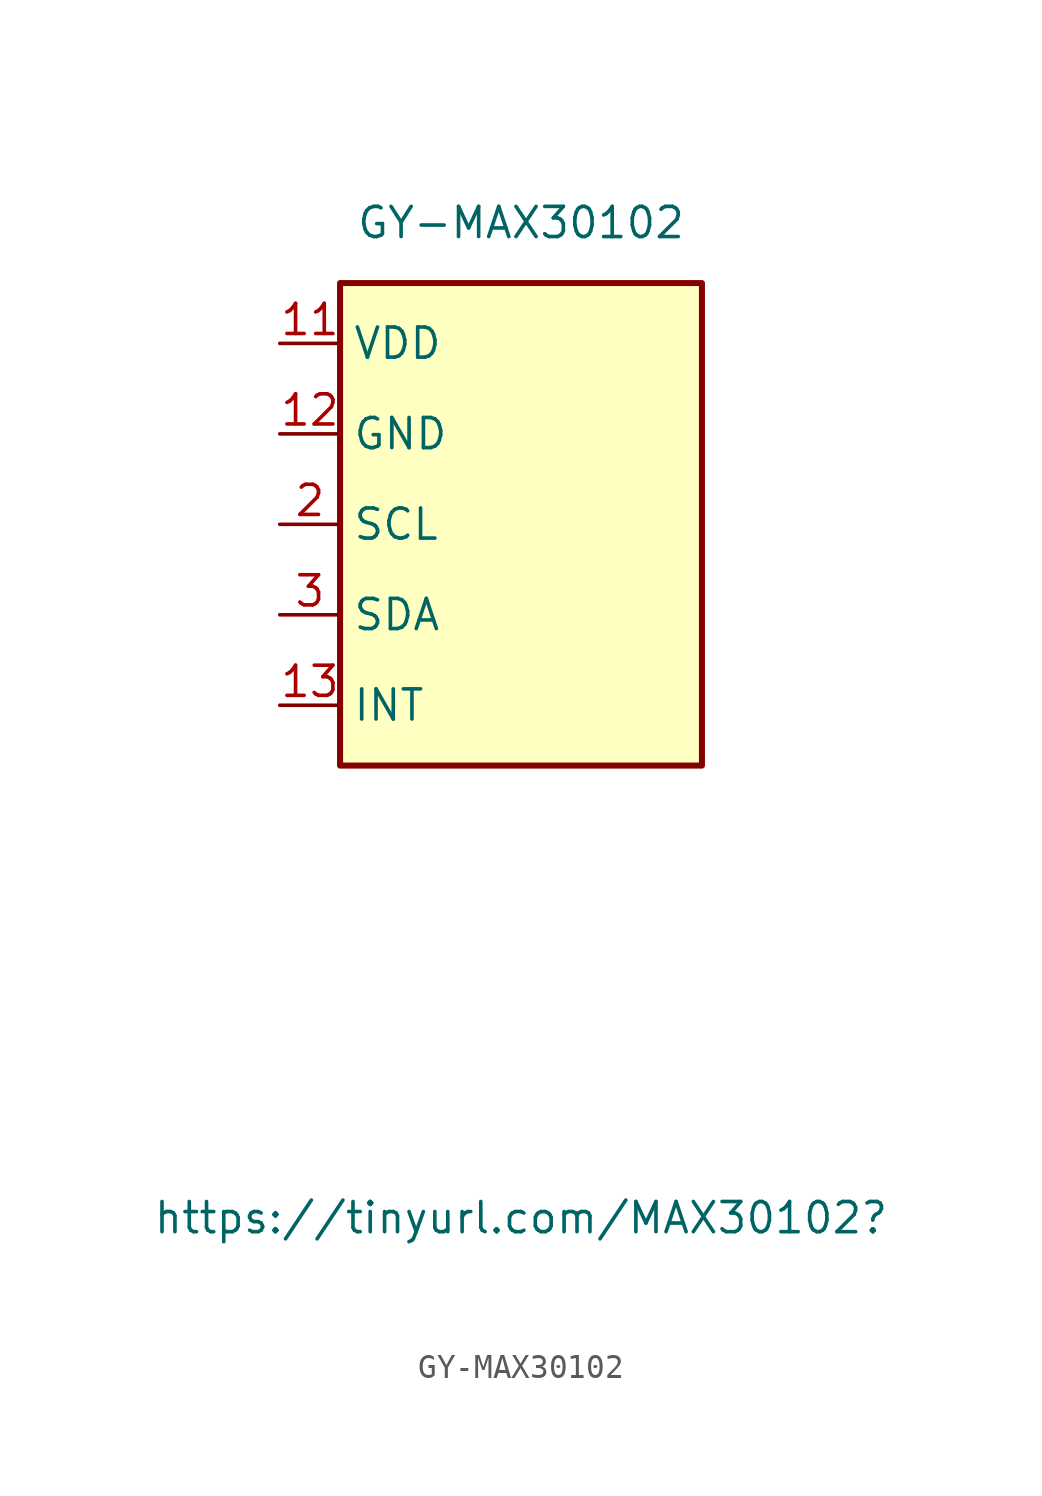
<source format=kicad_sym>
(kicad_symbol_lib
  (version 20211014)
  (generator kicad_symbol_editor)
  (symbol "GY-MAX30102"
    (property "Reference" "https://tinyurl.com/MAX30102"
      (at 0 -29.21 0)
      (effects (font (size 1.27 1.27))))
    (property "Value" "GY-MAX30102"
      (at 0 12.7 0)
      (effects (font (size 1.27 1.27))))
    (symbol "GY-MAX30102_0_1"
      (rectangle (start -7.62 10.16) (end 7.62 -10.16) (stroke (width 0.254) (type default) (color 0 0 0 0)) (fill (type background))))
    (symbol "GY-MAX30102_1_1"
      (pin power_in line (at -10.16 7.62 0) (length 2.54) (name "VDD" (effects (font (size 1.27 1.27)))) (number "11" (effects (font (size 1.27 1.27)))))
      (pin power_in line (at -10.16 3.81 0) (length 2.54) (name "GND" (effects (font (size 1.27 1.27)))) (number "12" (effects (font (size 1.27 1.27)))))
      (pin output line (at -10.16 -7.62 0) (length 2.54) (name "INT" (effects (font (size 1.27 1.27)))) (number "13" (effects (font (size 1.27 1.27)))))
      (pin no_connect line (at 1.27 -12.7 90) (length 2.54) hide (name "NC" (effects (font (size 1.27 1.27)))) (number "2" (effects (font (size 1.27 1.27)))))
      (pin input line (at -10.16 0 0) (length 2.54) (name "SCL" (effects (font (size 1.27 1.27)))) (number "2" (effects (font (size 1.27 1.27)))))
      (pin bidirectional line (at -10.16 -3.81 0) (length 2.54) (name "SDA" (effects (font (size 1.27 1.27)))) (number "3" (effects (font (size 1.27 1.27)))))
      (pin no_connect line (at 5.08 -12.7 90) (length 2.54) hide (name "NC" (effects (font (size 1.27 1.27)))) (number "5" (effects (font (size 1.27 1.27))))))))
</source>
